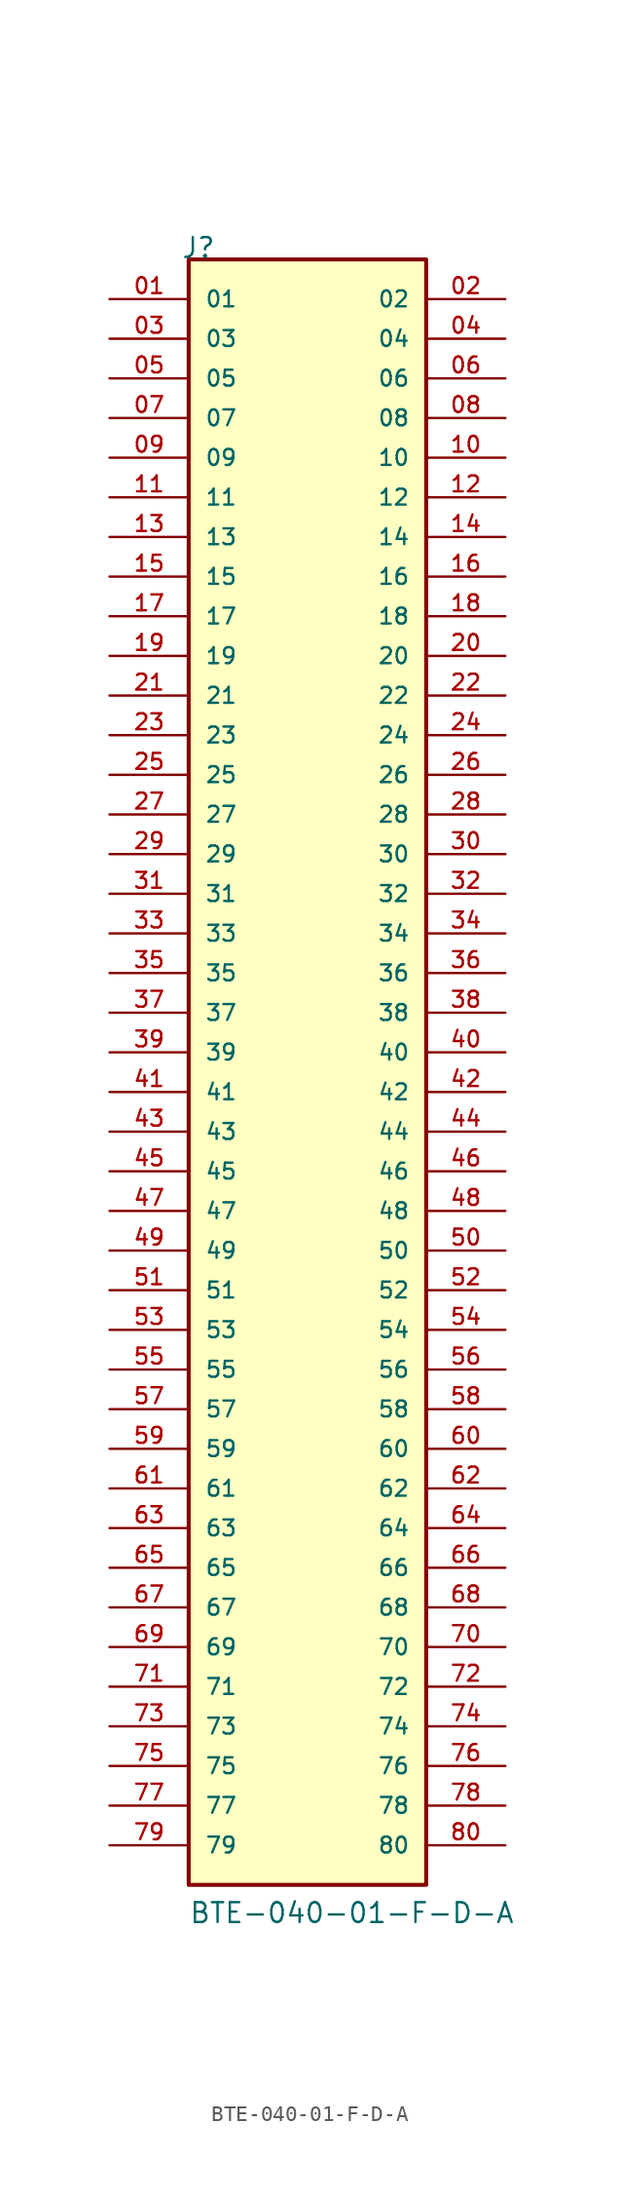
<source format=kicad_sym>
(kicad_symbol_lib
  (version 20211014)
  (generator kicad_symbol_editor)
  (symbol "BTE-040-01-F-D-A"
    (pin_names
      (offset 1.016))
    (property "Reference" "J"
      (at -8.12 53.34 0)
      (effects (font (size 1.27 1.27)) (justify bottom left)))
    (property "Value" "BTE-040-01-F-D-A"
      (at -7.62 -53.34 0)
      (effects (font (size 1.27 1.27)) (justify bottom left)))
    (symbol "BTE-040-01-F-D-A_0_0"
      (rectangle (start -7.62 -50.8) (end 7.62 53.34) (stroke (width 0.254)) (fill (type background)))
      (pin passive line (at -12.7 50.8 0) (length 5.08) (name "01" (effects (font (size 1.016 1.016)))) (number "01" (effects (font (size 1.016 1.016)))))
      (pin passive line (at 12.7 50.8 180.0) (length 5.08) (name "02" (effects (font (size 1.016 1.016)))) (number "02" (effects (font (size 1.016 1.016)))))
      (pin passive line (at -12.7 48.26 0) (length 5.08) (name "03" (effects (font (size 1.016 1.016)))) (number "03" (effects (font (size 1.016 1.016)))))
      (pin passive line (at 12.7 48.26 180.0) (length 5.08) (name "04" (effects (font (size 1.016 1.016)))) (number "04" (effects (font (size 1.016 1.016)))))
      (pin passive line (at -12.7 45.72 0) (length 5.08) (name "05" (effects (font (size 1.016 1.016)))) (number "05" (effects (font (size 1.016 1.016)))))
      (pin passive line (at 12.7 45.72 180.0) (length 5.08) (name "06" (effects (font (size 1.016 1.016)))) (number "06" (effects (font (size 1.016 1.016)))))
      (pin passive line (at -12.7 43.18 0) (length 5.08) (name "07" (effects (font (size 1.016 1.016)))) (number "07" (effects (font (size 1.016 1.016)))))
      (pin passive line (at 12.7 43.18 180.0) (length 5.08) (name "08" (effects (font (size 1.016 1.016)))) (number "08" (effects (font (size 1.016 1.016)))))
      (pin passive line (at -12.7 40.64 0) (length 5.08) (name "09" (effects (font (size 1.016 1.016)))) (number "09" (effects (font (size 1.016 1.016)))))
      (pin passive line (at 12.7 40.64 180.0) (length 5.08) (name "10" (effects (font (size 1.016 1.016)))) (number "10" (effects (font (size 1.016 1.016)))))
      (pin passive line (at -12.7 38.1 0) (length 5.08) (name "11" (effects (font (size 1.016 1.016)))) (number "11" (effects (font (size 1.016 1.016)))))
      (pin passive line (at 12.7 38.1 180.0) (length 5.08) (name "12" (effects (font (size 1.016 1.016)))) (number "12" (effects (font (size 1.016 1.016)))))
      (pin passive line (at -12.7 35.56 0) (length 5.08) (name "13" (effects (font (size 1.016 1.016)))) (number "13" (effects (font (size 1.016 1.016)))))
      (pin passive line (at 12.7 35.56 180.0) (length 5.08) (name "14" (effects (font (size 1.016 1.016)))) (number "14" (effects (font (size 1.016 1.016)))))
      (pin passive line (at -12.7 33.02 0) (length 5.08) (name "15" (effects (font (size 1.016 1.016)))) (number "15" (effects (font (size 1.016 1.016)))))
      (pin passive line (at 12.7 33.02 180.0) (length 5.08) (name "16" (effects (font (size 1.016 1.016)))) (number "16" (effects (font (size 1.016 1.016)))))
      (pin passive line (at -12.7 30.48 0) (length 5.08) (name "17" (effects (font (size 1.016 1.016)))) (number "17" (effects (font (size 1.016 1.016)))))
      (pin passive line (at 12.7 30.48 180.0) (length 5.08) (name "18" (effects (font (size 1.016 1.016)))) (number "18" (effects (font (size 1.016 1.016)))))
      (pin passive line (at -12.7 27.94 0) (length 5.08) (name "19" (effects (font (size 1.016 1.016)))) (number "19" (effects (font (size 1.016 1.016)))))
      (pin passive line (at 12.7 27.94 180.0) (length 5.08) (name "20" (effects (font (size 1.016 1.016)))) (number "20" (effects (font (size 1.016 1.016)))))
      (pin passive line (at -12.7 25.4 0) (length 5.08) (name "21" (effects (font (size 1.016 1.016)))) (number "21" (effects (font (size 1.016 1.016)))))
      (pin passive line (at 12.7 25.4 180.0) (length 5.08) (name "22" (effects (font (size 1.016 1.016)))) (number "22" (effects (font (size 1.016 1.016)))))
      (pin passive line (at -12.7 22.86 0) (length 5.08) (name "23" (effects (font (size 1.016 1.016)))) (number "23" (effects (font (size 1.016 1.016)))))
      (pin passive line (at 12.7 22.86 180.0) (length 5.08) (name "24" (effects (font (size 1.016 1.016)))) (number "24" (effects (font (size 1.016 1.016)))))
      (pin passive line (at -12.7 20.32 0) (length 5.08) (name "25" (effects (font (size 1.016 1.016)))) (number "25" (effects (font (size 1.016 1.016)))))
      (pin passive line (at 12.7 20.32 180.0) (length 5.08) (name "26" (effects (font (size 1.016 1.016)))) (number "26" (effects (font (size 1.016 1.016)))))
      (pin passive line (at -12.7 17.78 0) (length 5.08) (name "27" (effects (font (size 1.016 1.016)))) (number "27" (effects (font (size 1.016 1.016)))))
      (pin passive line (at 12.7 17.78 180.0) (length 5.08) (name "28" (effects (font (size 1.016 1.016)))) (number "28" (effects (font (size 1.016 1.016)))))
      (pin passive line (at -12.7 15.24 0) (length 5.08) (name "29" (effects (font (size 1.016 1.016)))) (number "29" (effects (font (size 1.016 1.016)))))
      (pin passive line (at 12.7 15.24 180.0) (length 5.08) (name "30" (effects (font (size 1.016 1.016)))) (number "30" (effects (font (size 1.016 1.016)))))
      (pin passive line (at -12.7 12.7 0) (length 5.08) (name "31" (effects (font (size 1.016 1.016)))) (number "31" (effects (font (size 1.016 1.016)))))
      (pin passive line (at 12.7 12.7 180.0) (length 5.08) (name "32" (effects (font (size 1.016 1.016)))) (number "32" (effects (font (size 1.016 1.016)))))
      (pin passive line (at -12.7 10.16 0) (length 5.08) (name "33" (effects (font (size 1.016 1.016)))) (number "33" (effects (font (size 1.016 1.016)))))
      (pin passive line (at 12.7 10.16 180.0) (length 5.08) (name "34" (effects (font (size 1.016 1.016)))) (number "34" (effects (font (size 1.016 1.016)))))
      (pin passive line (at -12.7 7.62 0) (length 5.08) (name "35" (effects (font (size 1.016 1.016)))) (number "35" (effects (font (size 1.016 1.016)))))
      (pin passive line (at 12.7 7.62 180.0) (length 5.08) (name "36" (effects (font (size 1.016 1.016)))) (number "36" (effects (font (size 1.016 1.016)))))
      (pin passive line (at -12.7 5.08 0) (length 5.08) (name "37" (effects (font (size 1.016 1.016)))) (number "37" (effects (font (size 1.016 1.016)))))
      (pin passive line (at 12.7 5.08 180.0) (length 5.08) (name "38" (effects (font (size 1.016 1.016)))) (number "38" (effects (font (size 1.016 1.016)))))
      (pin passive line (at -12.7 2.54 0) (length 5.08) (name "39" (effects (font (size 1.016 1.016)))) (number "39" (effects (font (size 1.016 1.016)))))
      (pin passive line (at 12.7 2.54 180.0) (length 5.08) (name "40" (effects (font (size 1.016 1.016)))) (number "40" (effects (font (size 1.016 1.016)))))
      (pin passive line (at -12.7 0.0 0) (length 5.08) (name "41" (effects (font (size 1.016 1.016)))) (number "41" (effects (font (size 1.016 1.016)))))
      (pin passive line (at 12.7 0.0 180.0) (length 5.08) (name "42" (effects (font (size 1.016 1.016)))) (number "42" (effects (font (size 1.016 1.016)))))
      (pin passive line (at -12.7 -2.54 0) (length 5.08) (name "43" (effects (font (size 1.016 1.016)))) (number "43" (effects (font (size 1.016 1.016)))))
      (pin passive line (at 12.7 -2.54 180.0) (length 5.08) (name "44" (effects (font (size 1.016 1.016)))) (number "44" (effects (font (size 1.016 1.016)))))
      (pin passive line (at -12.7 -5.08 0) (length 5.08) (name "45" (effects (font (size 1.016 1.016)))) (number "45" (effects (font (size 1.016 1.016)))))
      (pin passive line (at 12.7 -5.08 180.0) (length 5.08) (name "46" (effects (font (size 1.016 1.016)))) (number "46" (effects (font (size 1.016 1.016)))))
      (pin passive line (at -12.7 -7.62 0) (length 5.08) (name "47" (effects (font (size 1.016 1.016)))) (number "47" (effects (font (size 1.016 1.016)))))
      (pin passive line (at 12.7 -7.62 180.0) (length 5.08) (name "48" (effects (font (size 1.016 1.016)))) (number "48" (effects (font (size 1.016 1.016)))))
      (pin passive line (at -12.7 -10.16 0) (length 5.08) (name "49" (effects (font (size 1.016 1.016)))) (number "49" (effects (font (size 1.016 1.016)))))
      (pin passive line (at 12.7 -10.16 180.0) (length 5.08) (name "50" (effects (font (size 1.016 1.016)))) (number "50" (effects (font (size 1.016 1.016)))))
      (pin passive line (at -12.7 -12.7 0) (length 5.08) (name "51" (effects (font (size 1.016 1.016)))) (number "51" (effects (font (size 1.016 1.016)))))
      (pin passive line (at 12.7 -12.7 180.0) (length 5.08) (name "52" (effects (font (size 1.016 1.016)))) (number "52" (effects (font (size 1.016 1.016)))))
      (pin passive line (at -12.7 -15.24 0) (length 5.08) (name "53" (effects (font (size 1.016 1.016)))) (number "53" (effects (font (size 1.016 1.016)))))
      (pin passive line (at 12.7 -15.24 180.0) (length 5.08) (name "54" (effects (font (size 1.016 1.016)))) (number "54" (effects (font (size 1.016 1.016)))))
      (pin passive line (at -12.7 -17.78 0) (length 5.08) (name "55" (effects (font (size 1.016 1.016)))) (number "55" (effects (font (size 1.016 1.016)))))
      (pin passive line (at 12.7 -17.78 180.0) (length 5.08) (name "56" (effects (font (size 1.016 1.016)))) (number "56" (effects (font (size 1.016 1.016)))))
      (pin passive line (at -12.7 -20.32 0) (length 5.08) (name "57" (effects (font (size 1.016 1.016)))) (number "57" (effects (font (size 1.016 1.016)))))
      (pin passive line (at 12.7 -20.32 180.0) (length 5.08) (name "58" (effects (font (size 1.016 1.016)))) (number "58" (effects (font (size 1.016 1.016)))))
      (pin passive line (at -12.7 -22.86 0) (length 5.08) (name "59" (effects (font (size 1.016 1.016)))) (number "59" (effects (font (size 1.016 1.016)))))
      (pin passive line (at 12.7 -22.86 180.0) (length 5.08) (name "60" (effects (font (size 1.016 1.016)))) (number "60" (effects (font (size 1.016 1.016)))))
      (pin passive line (at -12.7 -25.4 0) (length 5.08) (name "61" (effects (font (size 1.016 1.016)))) (number "61" (effects (font (size 1.016 1.016)))))
      (pin passive line (at 12.7 -25.4 180.0) (length 5.08) (name "62" (effects (font (size 1.016 1.016)))) (number "62" (effects (font (size 1.016 1.016)))))
      (pin passive line (at -12.7 -27.94 0) (length 5.08) (name "63" (effects (font (size 1.016 1.016)))) (number "63" (effects (font (size 1.016 1.016)))))
      (pin passive line (at 12.7 -27.94 180.0) (length 5.08) (name "64" (effects (font (size 1.016 1.016)))) (number "64" (effects (font (size 1.016 1.016)))))
      (pin passive line (at -12.7 -30.48 0) (length 5.08) (name "65" (effects (font (size 1.016 1.016)))) (number "65" (effects (font (size 1.016 1.016)))))
      (pin passive line (at 12.7 -30.48 180.0) (length 5.08) (name "66" (effects (font (size 1.016 1.016)))) (number "66" (effects (font (size 1.016 1.016)))))
      (pin passive line (at -12.7 -33.02 0) (length 5.08) (name "67" (effects (font (size 1.016 1.016)))) (number "67" (effects (font (size 1.016 1.016)))))
      (pin passive line (at 12.7 -33.02 180.0) (length 5.08) (name "68" (effects (font (size 1.016 1.016)))) (number "68" (effects (font (size 1.016 1.016)))))
      (pin passive line (at -12.7 -35.56 0) (length 5.08) (name "69" (effects (font (size 1.016 1.016)))) (number "69" (effects (font (size 1.016 1.016)))))
      (pin passive line (at 12.7 -35.56 180.0) (length 5.08) (name "70" (effects (font (size 1.016 1.016)))) (number "70" (effects (font (size 1.016 1.016)))))
      (pin passive line (at -12.7 -38.1 0) (length 5.08) (name "71" (effects (font (size 1.016 1.016)))) (number "71" (effects (font (size 1.016 1.016)))))
      (pin passive line (at 12.7 -38.1 180.0) (length 5.08) (name "72" (effects (font (size 1.016 1.016)))) (number "72" (effects (font (size 1.016 1.016)))))
      (pin passive line (at -12.7 -40.64 0) (length 5.08) (name "73" (effects (font (size 1.016 1.016)))) (number "73" (effects (font (size 1.016 1.016)))))
      (pin passive line (at 12.7 -40.64 180.0) (length 5.08) (name "74" (effects (font (size 1.016 1.016)))) (number "74" (effects (font (size 1.016 1.016)))))
      (pin passive line (at -12.7 -43.18 0) (length 5.08) (name "75" (effects (font (size 1.016 1.016)))) (number "75" (effects (font (size 1.016 1.016)))))
      (pin passive line (at 12.7 -43.18 180.0) (length 5.08) (name "76" (effects (font (size 1.016 1.016)))) (number "76" (effects (font (size 1.016 1.016)))))
      (pin passive line (at -12.7 -45.72 0) (length 5.08) (name "77" (effects (font (size 1.016 1.016)))) (number "77" (effects (font (size 1.016 1.016)))))
      (pin passive line (at 12.7 -45.72 180.0) (length 5.08) (name "78" (effects (font (size 1.016 1.016)))) (number "78" (effects (font (size 1.016 1.016)))))
      (pin passive line (at -12.7 -48.26 0) (length 5.08) (name "79" (effects (font (size 1.016 1.016)))) (number "79" (effects (font (size 1.016 1.016)))))
      (pin passive line (at 12.7 -48.26 180.0) (length 5.08) (name "80" (effects (font (size 1.016 1.016)))) (number "80" (effects (font (size 1.016 1.016))))))))
</source>
